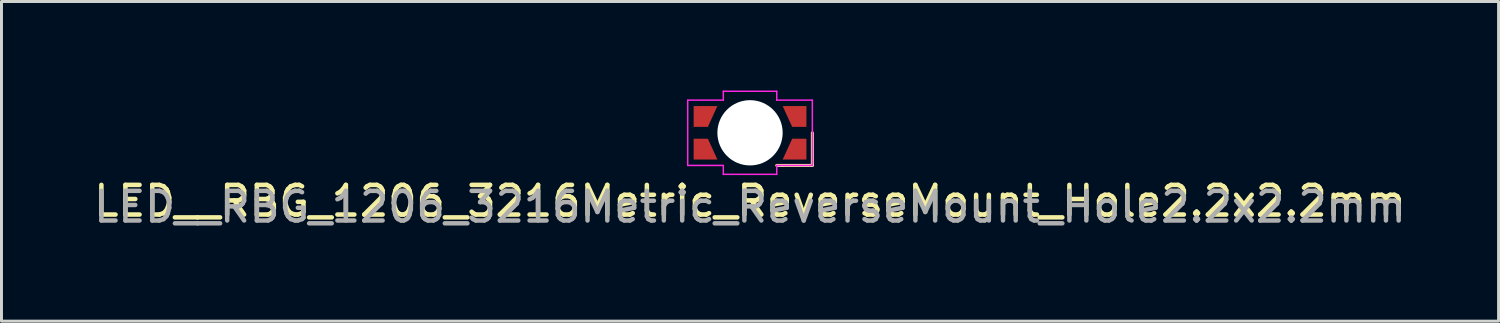
<source format=kicad_pcb>
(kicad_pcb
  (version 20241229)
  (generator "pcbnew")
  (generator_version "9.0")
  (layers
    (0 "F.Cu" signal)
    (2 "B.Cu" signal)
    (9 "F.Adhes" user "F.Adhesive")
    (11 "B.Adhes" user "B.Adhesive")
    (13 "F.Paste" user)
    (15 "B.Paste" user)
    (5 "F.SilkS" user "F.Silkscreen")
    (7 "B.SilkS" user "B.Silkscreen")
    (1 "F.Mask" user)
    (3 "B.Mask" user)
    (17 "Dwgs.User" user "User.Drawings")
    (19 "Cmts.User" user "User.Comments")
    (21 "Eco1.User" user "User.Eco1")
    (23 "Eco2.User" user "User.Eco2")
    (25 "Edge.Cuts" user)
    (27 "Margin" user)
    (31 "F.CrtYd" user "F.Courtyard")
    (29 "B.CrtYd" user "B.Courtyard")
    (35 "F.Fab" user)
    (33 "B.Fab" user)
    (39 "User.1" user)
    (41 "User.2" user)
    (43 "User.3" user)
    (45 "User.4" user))
  (footprint "LED__RBG_1206_3216Metric_ReverseMount_Hole2.2x2.2mm"
    (layer "F.Cu")
    (at 22.224 1.425)
    (property "Reference" "LED__RBG_1206_3216Metric_ReverseMount_Hole2.2x2.2mm" (at 0 2.3 0) (unlocked yes) (layer "F.SilkS") (effects (font (size 1 1) (thickness 0.152))))
    (attr smd)
    (fp_line (start 1.1 1.1) (end 0.9 1.1) (stroke (width 0.1) (type default)) (layer "F.SilkS"))
    (fp_line (start 1.1 1.1) (end 2.1 1.1) (stroke (width 0.1) (type default)) (layer "F.SilkS"))
    (fp_line (start 2.1 1.1) (end 2.1 0) (stroke (width 0.1) (type default)) (layer "F.SilkS"))
    (fp_line (start -2.1 -1.1) (end -2.1 1.1) (stroke (width 0.05) (type default)) (layer "F.CrtYd"))
    (fp_line (start -2.1 1.1) (end -0.9 1.1) (stroke (width 0.05) (type default)) (layer "F.CrtYd"))
    (fp_line (start -0.9 -1.4) (end -0.9 -1.1) (stroke (width 0.05) (type default)) (layer "F.CrtYd"))
    (fp_line (start -0.9 -1.1) (end -2.1 -1.1) (stroke (width 0.05) (type default)) (layer "F.CrtYd"))
    (fp_line (start -0.9 1.4) (end -0.9 1.1) (stroke (width 0.05) (type default)) (layer "F.CrtYd"))
    (fp_line (start -0.9 1.4) (end 0.9 1.4) (stroke (width 0.05) (type default)) (layer "F.CrtYd"))
    (fp_line (start 0.9 -1.4) (end -0.9 -1.4) (stroke (width 0.05) (type default)) (layer "F.CrtYd"))
    (fp_line (start 0.9 -1.4) (end 0.9 -1.1) (stroke (width 0.05) (type default)) (layer "F.CrtYd"))
    (fp_line (start 0.9 1.1) (end 0.9 1.4) (stroke (width 0.05) (type default)) (layer "F.CrtYd"))
    (fp_line (start 0.9 1.1) (end 2.1 1.1) (stroke (width 0.05) (type default)) (layer "F.CrtYd"))
    (fp_line (start 2.1 -1.1) (end 0.9 -1.1) (stroke (width 0.05) (type default)) (layer "F.CrtYd"))
    (fp_line (start 2.1 1.1) (end 2.1 -1.1) (stroke (width 0.05) (type default)) (layer "F.CrtYd"))
    (fp_text user "${REFERENCE}" (at 0 2.5 0) (unlocked yes) (layer "F.Fab") (effects (font (size 1 1) (thickness 0.15))))
    (pad "" np_thru_hole circle (at 0 0) (size 2.2 2.2) (drill 2.2) (layers "*.Cu" "*.Mask"))
    (pad "1" smd custom (at -1.66 0.55) (size 0.48 0.7) (layers "F.Cu" "F.Mask" "F.Paste") (options (anchor rect)) (primitives (gr_poly (pts (xy 0.16 0.35) (xy 0.56 0.35) (xy 0.24 -0.35)) (width 0) (fill yes))))
    (pad "2" smd custom (at 1.66 0.55) (size 0.48 0.7) (layers "F.Cu" "F.Mask" "F.Paste") (options (anchor rect)) (primitives (gr_poly (pts (xy -0.16 0.35) (xy -0.56 0.35) (xy -0.24 -0.35)) (width 0) (fill yes))))
    (pad "3" smd custom (at -1.66 -0.55) (size 0.48 0.7) (layers "F.Cu" "F.Mask" "F.Paste") (options (anchor rect)) (primitives (gr_poly (pts (xy 0.16 -0.35) (xy 0.56 -0.35) (xy 0.24 0.35)) (width 0) (fill yes))))
    (pad "4" smd custom (at 1.66 -0.55) (size 0.48 0.7) (layers "F.Cu" "F.Mask" "F.Paste") (options (anchor rect)) (primitives (gr_poly (pts (xy -0.16 -0.35) (xy -0.56 -0.35) (xy -0.24 0.35)) (width 0) (fill yes)))))
  (gr_rect
    (start -3 -3)
    (end 47.448 7.773)
    (stroke (width 0.1) (type default))
    (fill no)
    (layer "Edge.Cuts")))
</source>
